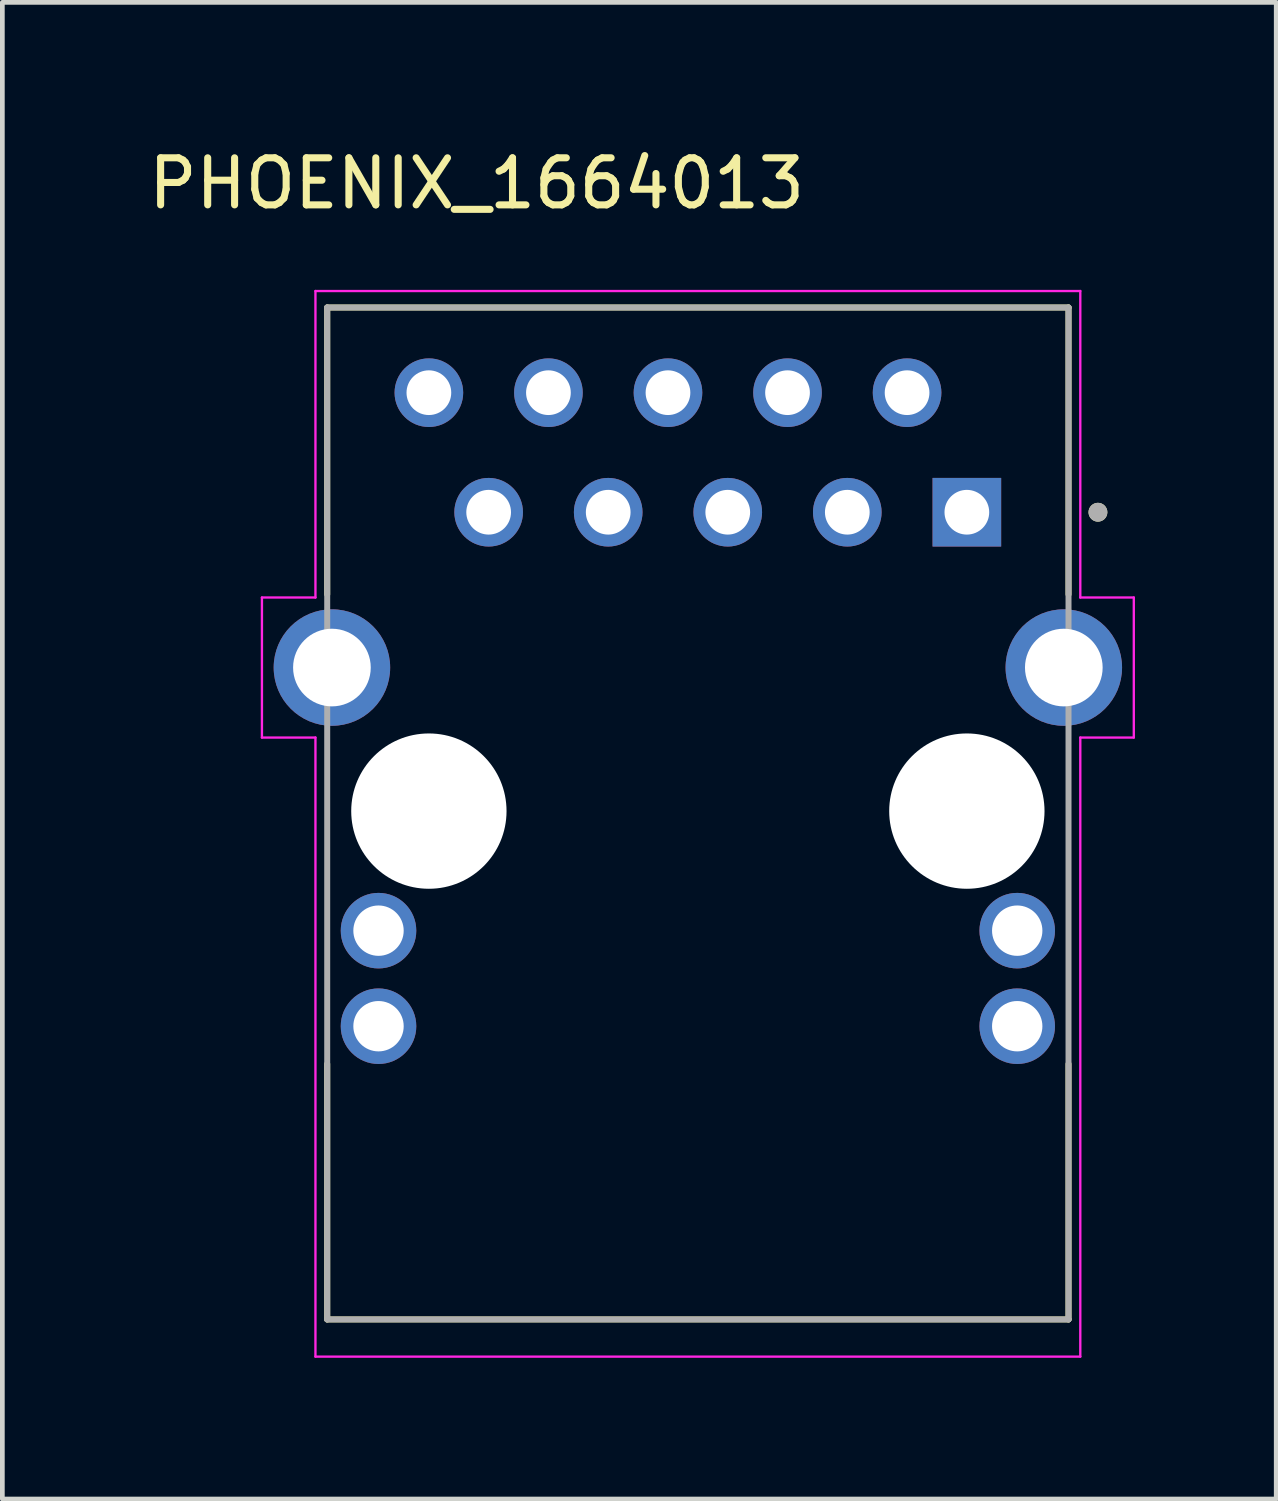
<source format=kicad_pcb>
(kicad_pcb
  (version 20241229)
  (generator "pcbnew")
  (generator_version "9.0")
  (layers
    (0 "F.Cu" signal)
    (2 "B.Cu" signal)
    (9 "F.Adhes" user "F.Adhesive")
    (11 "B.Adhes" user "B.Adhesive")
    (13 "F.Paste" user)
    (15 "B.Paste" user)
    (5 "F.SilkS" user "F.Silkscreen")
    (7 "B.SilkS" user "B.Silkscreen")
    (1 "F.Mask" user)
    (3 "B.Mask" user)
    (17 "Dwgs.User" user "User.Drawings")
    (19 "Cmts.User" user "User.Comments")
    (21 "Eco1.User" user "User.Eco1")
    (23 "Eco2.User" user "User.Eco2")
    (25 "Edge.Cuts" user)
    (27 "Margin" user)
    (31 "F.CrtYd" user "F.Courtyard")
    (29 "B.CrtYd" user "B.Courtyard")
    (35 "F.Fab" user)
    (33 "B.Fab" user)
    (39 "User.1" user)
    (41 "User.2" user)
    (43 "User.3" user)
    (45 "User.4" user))
  (footprint "PHOENIX_1664013"
    (layer "F.Cu")
    (at 3.902 24.983)
    (property "Reference" "PHOENIX_1664013" (at 3.175 -24.135 0) (layer "F.SilkS") (effects (font (size 1 1) (thickness 0.15))))
    (attr through_hole)
    (fp_line (start 0 -21.5) (end 15.75 -21.5) (stroke (width 0.127) (type solid)) (layer "F.SilkS"))
    (fp_line (start 0 -15.405) (end 0 -21.5) (stroke (width 0.127) (type solid)) (layer "F.SilkS"))
    (fp_line (start 0 0) (end 0 -5.428) (stroke (width 0.127) (type solid)) (layer "F.SilkS"))
    (fp_line (start 15.75 -21.5) (end 15.75 -15.405) (stroke (width 0.127) (type solid)) (layer "F.SilkS"))
    (fp_line (start 15.75 -5.428) (end 15.75 0) (stroke (width 0.127) (type solid)) (layer "F.SilkS"))
    (fp_line (start 15.75 0) (end 0 0) (stroke (width 0.127) (type solid)) (layer "F.SilkS"))
    (fp_circle (center 16.375 -17.15) (end 16.475 -17.15) (stroke (width 0.2) (type solid)) (fill no) (layer "F.SilkS"))
    (fp_line (start -1.387 -15.338) (end -1.387 -12.363) (stroke (width 0.05) (type solid)) (layer "F.CrtYd"))
    (fp_line (start -1.387 -12.363) (end -0.25 -12.363) (stroke (width 0.05) (type solid)) (layer "F.CrtYd"))
    (fp_line (start -0.25 -21.85) (end 16 -21.85) (stroke (width 0.05) (type solid)) (layer "F.CrtYd"))
    (fp_line (start -0.25 -15.338) (end -1.387 -15.338) (stroke (width 0.05) (type solid)) (layer "F.CrtYd"))
    (fp_line (start -0.25 -15.338) (end -0.25 -21.85) (stroke (width 0.05) (type solid)) (layer "F.CrtYd"))
    (fp_line (start -0.25 0.79) (end -0.25 -12.363) (stroke (width 0.05) (type solid)) (layer "F.CrtYd"))
    (fp_line (start 16 -21.85) (end 16 -15.338) (stroke (width 0.05) (type solid)) (layer "F.CrtYd"))
    (fp_line (start 16 -15.338) (end 17.137 -15.338) (stroke (width 0.05) (type solid)) (layer "F.CrtYd"))
    (fp_line (start 16 -12.363) (end 16 0.79) (stroke (width 0.05) (type solid)) (layer "F.CrtYd"))
    (fp_line (start 16 0.79) (end -0.25 0.79) (stroke (width 0.05) (type solid)) (layer "F.CrtYd"))
    (fp_line (start 17.137 -15.338) (end 17.137 -12.363) (stroke (width 0.05) (type solid)) (layer "F.CrtYd"))
    (fp_line (start 17.137 -12.363) (end 16 -12.363) (stroke (width 0.05) (type solid)) (layer "F.CrtYd"))
    (fp_line (start 0 -21.5) (end 15.75 -21.5) (stroke (width 0.127) (type solid)) (layer "F.Fab"))
    (fp_line (start 0 0) (end 0 -21.5) (stroke (width 0.127) (type solid)) (layer "F.Fab"))
    (fp_line (start 15.75 -21.5) (end 15.75 0) (stroke (width 0.127) (type solid)) (layer "F.Fab"))
    (fp_line (start 15.75 0) (end 0 0) (stroke (width 0.127) (type solid)) (layer "F.Fab"))
    (fp_circle (center 16.375 -17.15) (end 16.475 -17.15) (stroke (width 0.2) (type solid)) (fill no) (layer "F.Fab"))
    (pad "" np_thru_hole circle (at 2.16 -10.8) (size 3.3 3.3) (drill 3.3) (layers "*.Cu" "*.Mask"))
    (pad "" np_thru_hole circle (at 13.59 -10.8) (size 3.3 3.3) (drill 3.3) (layers "*.Cu" "*.Mask"))
    (pad "P1" thru_hole rect (at 13.59 -17.15) (size 1.458 1.458) (drill 0.95) (layers "*.Cu" "*.Mask"))
    (pad "P2" thru_hole circle (at 12.32 -19.69) (size 1.458 1.458) (drill 0.95) (layers "*.Cu" "*.Mask"))
    (pad "P3" thru_hole circle (at 11.05 -17.15) (size 1.458 1.458) (drill 0.95) (layers "*.Cu" "*.Mask"))
    (pad "P4" thru_hole circle (at 9.78 -19.69) (size 1.458 1.458) (drill 0.95) (layers "*.Cu" "*.Mask"))
    (pad "P5" thru_hole circle (at 8.51 -17.15) (size 1.458 1.458) (drill 0.95) (layers "*.Cu" "*.Mask"))
    (pad "P6" thru_hole circle (at 7.24 -19.69) (size 1.458 1.458) (drill 0.95) (layers "*.Cu" "*.Mask"))
    (pad "P7" thru_hole circle (at 5.97 -17.15) (size 1.458 1.458) (drill 0.95) (layers "*.Cu" "*.Mask"))
    (pad "P8" thru_hole circle (at 4.7 -19.69) (size 1.458 1.458) (drill 0.95) (layers "*.Cu" "*.Mask"))
    (pad "P9" thru_hole circle (at 3.43 -17.15) (size 1.458 1.458) (drill 0.95) (layers "*.Cu" "*.Mask"))
    (pad "P10" thru_hole circle (at 2.16 -19.69) (size 1.458 1.458) (drill 0.95) (layers "*.Cu" "*.Mask"))
    (pad "P11" thru_hole circle (at 1.09 -8.26) (size 1.605 1.605) (drill 1.07) (layers "*.Cu" "*.Mask"))
    (pad "P12" thru_hole circle (at 1.09 -6.23) (size 1.605 1.605) (drill 1.07) (layers "*.Cu" "*.Mask"))
    (pad "P13" thru_hole circle (at 14.66 -8.26) (size 1.605 1.605) (drill 1.07) (layers "*.Cu" "*.Mask"))
    (pad "P14" thru_hole circle (at 14.66 -6.23) (size 1.605 1.605) (drill 1.07) (layers "*.Cu" "*.Mask"))
    (pad "SH1" thru_hole circle (at 0.1 -13.85) (size 2.475 2.475) (drill 1.65) (layers "*.Cu" "*.Mask"))
    (pad "SH2" thru_hole circle (at 15.65 -13.85) (size 2.475 2.475) (drill 1.65) (layers "*.Cu" "*.Mask")))
  (gr_rect
    (start -3 -3)
    (end 24.065 28.798)
    (stroke (width 0.1) (type default))
    (fill no)
    (layer "Edge.Cuts")))
</source>
